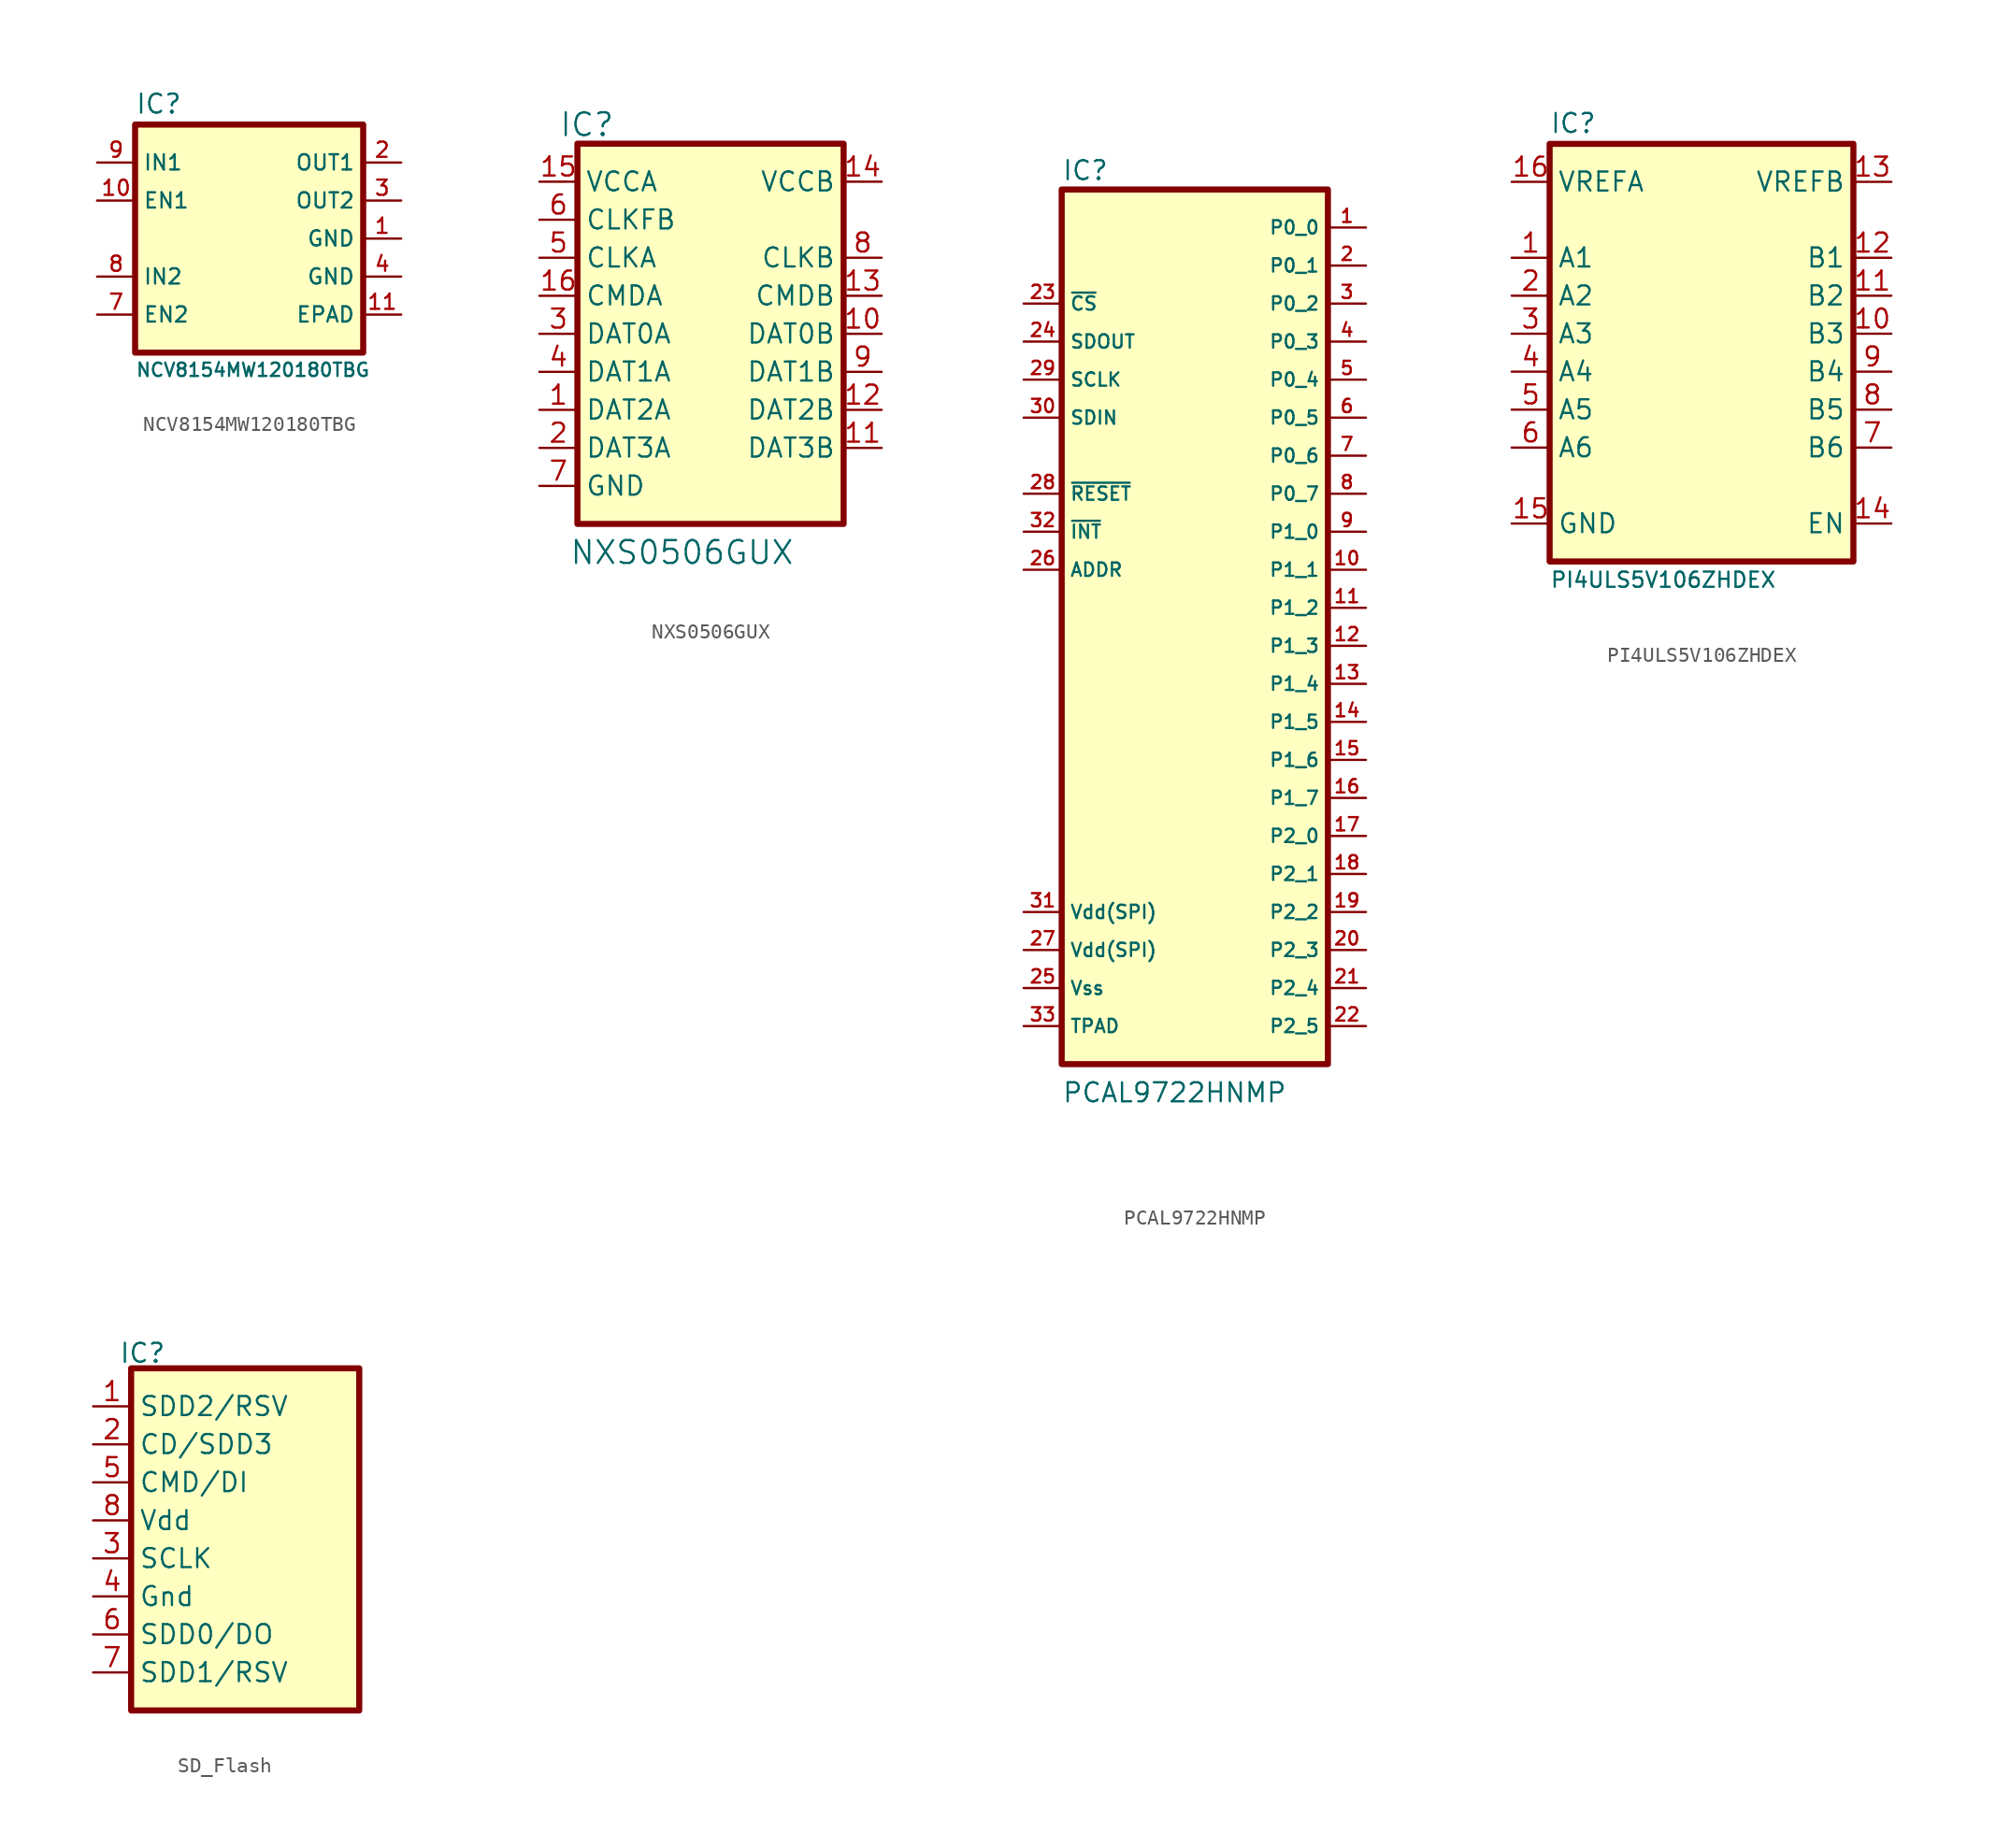
<source format=kicad_sym>
(kicad_symbol_lib
  (version 20241209)
  (generator "kicad_symbol_editor")
  (generator_version "9.0")
  (symbol "NCV8154MW120180TBG"
    (property "Reference" "IC"
      (at 2.54 3.175 0)
      (effects (font (size 1.27 1.27)) (justify left bottom)))
    (property "Value" "NCV8154MW120180TBG"
      (at 2.54 -13.335 0)
      (effects (font (size 0.889 0.889)) (justify left top)))
    (symbol "NCV8154MW120180TBG_1_1"
      (rectangle (start 2.54 2.54) (end 17.78 -12.7) (stroke (width 0.406) (type solid)) (fill (type background)))
      (pin input line (at 0 0 0) (length 2.54) (name "IN1" (effects (font (size 1.016 1.016)))) (number "9" (effects (font (size 1.016 1.016)))))
      (pin input line (at 0 -2.54 0) (length 2.54) (name "EN1" (effects (font (size 1.016 1.016)))) (number "10" (effects (font (size 1.016 1.016)))))
      (pin input line (at 0 -7.62 0) (length 2.54) (name "IN2" (effects (font (size 1.016 1.016)))) (number "8" (effects (font (size 1.016 1.016)))))
      (pin input line (at 0 -10.16 0) (length 2.54) (name "EN2" (effects (font (size 1.016 1.016)))) (number "7" (effects (font (size 1.016 1.016)))))
      (pin no_connect line (at 2.54 -5.08 0) (length 0) (hide yes) (name "NC" (effects (font (size 1.016 1.016)))) (number "5" (effects (font (size 1.016 1.016)))))
      (pin no_connect line (at 2.54 -12.7 0) (length 0) (hide yes) (name "NC" (effects (font (size 1.016 1.016)))) (number "6" (effects (font (size 1.016 1.016)))))
      (pin power_out line (at 20.32 0 180) (length 2.54) (name "OUT1" (effects (font (size 1.016 1.016)))) (number "2" (effects (font (size 1.016 1.016)))))
      (pin power_out line (at 20.32 -2.54 180) (length 2.54) (name "OUT2" (effects (font (size 1.016 1.016)))) (number "3" (effects (font (size 1.016 1.016)))))
      (pin power_in line (at 20.32 -5.08 180) (length 2.54) (name "GND" (effects (font (size 1.016 1.016)))) (number "1" (effects (font (size 1.016 1.016)))))
      (pin power_in line (at 20.32 -7.62 180) (length 2.54) (name "GND" (effects (font (size 1.016 1.016)))) (number "4" (effects (font (size 1.016 1.016)))))
      (pin power_in line (at 20.32 -10.16 180) (length 2.54) (name "EPAD" (effects (font (size 1.016 1.016)))) (number "11" (effects (font (size 1.016 1.016)))))))
  (symbol "NXS0506GUX"
    (property "Reference" "IC"
      (at 3.175 3.81 0)
      (effects (font (size 1.524 1.524))))
    (property "Value" "NXS0506GUX"
      (at 9.525 -24.765 0)
      (effects (font (size 1.524 1.524))))
    (symbol "NXS0506GUX_1_1"
      (rectangle (start 2.54 2.54) (end 20.32 -22.86) (stroke (width 0.406) (type default)) (fill (type background)))
      (pin power_in line (at 0 0 0) (length 2.54) (name "VCCA" (effects (font (size 1.27 1.27)))) (number "15" (effects (font (size 1.27 1.27)))))
      (pin output line (at 0 -2.54 0) (length 2.54) (name "CLKFB" (effects (font (size 1.27 1.27)))) (number "6" (effects (font (size 1.27 1.27)))))
      (pin input line (at 0 -5.08 0) (length 2.54) (name "CLKA" (effects (font (size 1.27 1.27)))) (number "5" (effects (font (size 1.27 1.27)))))
      (pin bidirectional line (at 0 -7.62 0) (length 2.54) (name "CMDA" (effects (font (size 1.27 1.27)))) (number "16" (effects (font (size 1.27 1.27)))))
      (pin bidirectional line (at 0 -10.16 0) (length 2.54) (name "DAT0A" (effects (font (size 1.27 1.27)))) (number "3" (effects (font (size 1.27 1.27)))))
      (pin bidirectional line (at 0 -12.7 0) (length 2.54) (name "DAT1A" (effects (font (size 1.27 1.27)))) (number "4" (effects (font (size 1.27 1.27)))))
      (pin bidirectional line (at 0 -15.24 0) (length 2.54) (name "DAT2A" (effects (font (size 1.27 1.27)))) (number "1" (effects (font (size 1.27 1.27)))))
      (pin bidirectional line (at 0 -17.78 0) (length 2.54) (name "DAT3A" (effects (font (size 1.27 1.27)))) (number "2" (effects (font (size 1.27 1.27)))))
      (pin power_in line (at 0 -20.32 0) (length 2.54) (name "GND" (effects (font (size 1.27 1.27)))) (number "7" (effects (font (size 1.27 1.27)))))
      (pin power_in line (at 22.86 0 180) (length 2.54) (name "VCCB" (effects (font (size 1.27 1.27)))) (number "14" (effects (font (size 1.27 1.27)))))
      (pin output line (at 22.86 -5.08 180) (length 2.54) (name "CLKB" (effects (font (size 1.27 1.27)))) (number "8" (effects (font (size 1.27 1.27)))))
      (pin bidirectional line (at 22.86 -7.62 180) (length 2.54) (name "CMDB" (effects (font (size 1.27 1.27)))) (number "13" (effects (font (size 1.27 1.27)))))
      (pin bidirectional line (at 22.86 -10.16 180) (length 2.54) (name "DAT0B" (effects (font (size 1.27 1.27)))) (number "10" (effects (font (size 1.27 1.27)))))
      (pin bidirectional line (at 22.86 -12.7 180) (length 2.54) (name "DAT1B" (effects (font (size 1.27 1.27)))) (number "9" (effects (font (size 1.27 1.27)))))
      (pin bidirectional line (at 22.86 -15.24 180) (length 2.54) (name "DAT2B" (effects (font (size 1.27 1.27)))) (number "12" (effects (font (size 1.27 1.27)))))
      (pin bidirectional line (at 22.86 -17.78 180) (length 2.54) (name "DAT3B" (effects (font (size 1.27 1.27)))) (number "11" (effects (font (size 1.27 1.27)))))))
  (symbol "PCAL9722HNMP"
    (property "Reference" "IC"
      (at 0 1.27 0)
      (effects (font (size 1.27 1.27)) (justify left)))
    (property "Value" "PCAL9722HNMP"
      (at 0 -60.325 0)
      (effects (font (size 1.27 1.27)) (justify left)))
    (symbol "PCAL9722HNMP_1_0"
      (pin input line (at -2.54 -7.62 0) (length 2.54) (name "~{CS}" (effects (font (size 0.889 0.889)))) (number "23" (effects (font (size 0.889 0.889)))))
      (pin passive line (at -2.54 -10.16 0) (length 2.54) (name "SDOUT" (effects (font (size 0.889 0.889)))) (number "24" (effects (font (size 0.889 0.889)))))
      (pin input line (at -2.54 -12.7 0) (length 2.54) (name "SCLK" (effects (font (size 0.889 0.889)))) (number "29" (effects (font (size 0.889 0.889)))))
      (pin input line (at -2.54 -15.24 0) (length 2.54) (name "SDIN" (effects (font (size 0.889 0.889)))) (number "30" (effects (font (size 0.889 0.889)))))
      (pin input line (at -2.54 -20.32 0) (length 2.54) (name "~{RESET}" (effects (font (size 0.889 0.889)))) (number "28" (effects (font (size 0.889 0.889)))))
      (pin output line (at -2.54 -22.86 0) (length 2.54) (name "~{INT}" (effects (font (size 0.889 0.889)))) (number "32" (effects (font (size 0.889 0.889)))))
      (pin input line (at -2.54 -25.4 0) (length 2.54) (name "ADDR" (effects (font (size 0.889 0.889)))) (number "26" (effects (font (size 0.889 0.889)))))
      (pin power_in line (at -2.54 -48.26 0) (length 2.54) (name "Vdd(SPI)" (effects (font (size 0.889 0.889)))) (number "31" (effects (font (size 0.889 0.889)))))
      (pin power_in line (at -2.54 -50.8 0) (length 2.54) (name "Vdd(SPI)" (effects (font (size 0.889 0.889)))) (number "27" (effects (font (size 0.889 0.889)))))
      (pin passive line (at -2.54 -53.34 0) (length 2.54) (name "Vss" (effects (font (size 0.889 0.889)))) (number "25" (effects (font (size 0.889 0.889)))))
      (pin bidirectional line (at 20.32 -2.54 180) (length 2.54) (name "P0_0" (effects (font (size 0.889 0.889)))) (number "1" (effects (font (size 0.889 0.889)))))
      (pin bidirectional line (at 20.32 -5.08 180) (length 2.54) (name "P0_1" (effects (font (size 0.889 0.889)))) (number "2" (effects (font (size 0.889 0.889)))))
      (pin bidirectional line (at 20.32 -7.62 180) (length 2.54) (name "P0_2" (effects (font (size 0.889 0.889)))) (number "3" (effects (font (size 0.889 0.889)))))
      (pin bidirectional line (at 20.32 -10.16 180) (length 2.54) (name "P0_3" (effects (font (size 0.889 0.889)))) (number "4" (effects (font (size 0.889 0.889)))))
      (pin bidirectional line (at 20.32 -12.7 180) (length 2.54) (name "P0_4" (effects (font (size 0.889 0.889)))) (number "5" (effects (font (size 0.889 0.889)))))
      (pin bidirectional line (at 20.32 -15.24 180) (length 2.54) (name "P0_5" (effects (font (size 0.889 0.889)))) (number "6" (effects (font (size 0.889 0.889)))))
      (pin bidirectional line (at 20.32 -17.78 180) (length 2.54) (name "P0_6" (effects (font (size 0.889 0.889)))) (number "7" (effects (font (size 0.889 0.889)))))
      (pin bidirectional line (at 20.32 -20.32 180) (length 2.54) (name "P0_7" (effects (font (size 0.889 0.889)))) (number "8" (effects (font (size 0.889 0.889)))))
      (pin bidirectional line (at 20.32 -22.86 180) (length 2.54) (name "P1_0" (effects (font (size 0.889 0.889)))) (number "9" (effects (font (size 0.889 0.889)))))
      (pin bidirectional line (at 20.32 -25.4 180) (length 2.54) (name "P1_1" (effects (font (size 0.889 0.889)))) (number "10" (effects (font (size 0.889 0.889)))))
      (pin bidirectional line (at 20.32 -27.94 180) (length 2.54) (name "P1_2" (effects (font (size 0.889 0.889)))) (number "11" (effects (font (size 0.889 0.889)))))
      (pin bidirectional line (at 20.32 -30.48 180) (length 2.54) (name "P1_3" (effects (font (size 0.889 0.889)))) (number "12" (effects (font (size 0.889 0.889)))))
      (pin bidirectional line (at 20.32 -33.02 180) (length 2.54) (name "P1_4" (effects (font (size 0.889 0.889)))) (number "13" (effects (font (size 0.889 0.889)))))
      (pin bidirectional line (at 20.32 -35.56 180) (length 2.54) (name "P1_5" (effects (font (size 0.889 0.889)))) (number "14" (effects (font (size 0.889 0.889)))))
      (pin bidirectional line (at 20.32 -38.1 180) (length 2.54) (name "P1_6" (effects (font (size 0.889 0.889)))) (number "15" (effects (font (size 0.889 0.889)))))
      (pin bidirectional line (at 20.32 -40.64 180) (length 2.54) (name "P1_7" (effects (font (size 0.889 0.889)))) (number "16" (effects (font (size 0.889 0.889)))))
      (pin bidirectional line (at 20.32 -43.18 180) (length 2.54) (name "P2_0" (effects (font (size 0.889 0.889)))) (number "17" (effects (font (size 0.889 0.889)))))
      (pin bidirectional line (at 20.32 -45.72 180) (length 2.54) (name "P2_1" (effects (font (size 0.889 0.889)))) (number "18" (effects (font (size 0.889 0.889)))))
      (pin bidirectional line (at 20.32 -48.26 180) (length 2.54) (name "P2_2" (effects (font (size 0.889 0.889)))) (number "19" (effects (font (size 0.889 0.889)))))
      (pin bidirectional line (at 20.32 -50.8 180) (length 2.54) (name "P2_3" (effects (font (size 0.889 0.889)))) (number "20" (effects (font (size 0.889 0.889)))))
      (pin bidirectional line (at 20.32 -53.34 180) (length 2.54) (name "P2_4" (effects (font (size 0.889 0.889)))) (number "21" (effects (font (size 0.889 0.889)))))
      (pin bidirectional line (at 20.32 -55.88 180) (length 2.54) (name "P2_5" (effects (font (size 0.889 0.889)))) (number "22" (effects (font (size 0.889 0.889))))))
    (symbol "PCAL9722HNMP_1_1"
      (rectangle (start 0 0) (end 17.78 -58.42) (stroke (width 0.406) (type default)) (fill (type background)))
      (pin passive line (at -2.54 -55.88 0) (length 2.54) (name "TPAD" (effects (font (size 0.889 0.889)))) (number "33" (effects (font (size 0.889 0.889)))))))
  (symbol "PI4ULS5V106ZHDEX"
    (property "Reference" "IC"
      (at 2.54 3.175 0)
      (do_not_autoplace)
      (effects (font (size 1.27 1.27)) (justify left bottom)))
    (property "Value" "PI4ULS5V106ZHDEX"
      (at 2.54 -26.035 0)
      (do_not_autoplace)
      (effects (font (size 1.016 1.016)) (justify left top)))
    (symbol "PI4ULS5V106ZHDEX_1_1"
      (rectangle (start 2.54 2.54) (end 22.86 -25.4) (stroke (width 0.406) (type solid)) (fill (type background)))
      (pin power_in line (at 0 0 0) (length 2.54) (name "VREFA" (effects (font (size 1.27 1.27)))) (number "16" (effects (font (size 1.27 1.27)))))
      (pin bidirectional line (at 0 -5.08 0) (length 2.54) (name "A1" (effects (font (size 1.27 1.27)))) (number "1" (effects (font (size 1.27 1.27)))))
      (pin bidirectional line (at 0 -7.62 0) (length 2.54) (name "A2" (effects (font (size 1.27 1.27)))) (number "2" (effects (font (size 1.27 1.27)))))
      (pin bidirectional line (at 0 -10.16 0) (length 2.54) (name "A3" (effects (font (size 1.27 1.27)))) (number "3" (effects (font (size 1.27 1.27)))))
      (pin bidirectional line (at 0 -12.7 0) (length 2.54) (name "A4" (effects (font (size 1.27 1.27)))) (number "4" (effects (font (size 1.27 1.27)))))
      (pin bidirectional line (at 0 -15.24 0) (length 2.54) (name "A5" (effects (font (size 1.27 1.27)))) (number "5" (effects (font (size 1.27 1.27)))))
      (pin bidirectional line (at 0 -17.78 0) (length 2.54) (name "A6" (effects (font (size 1.27 1.27)))) (number "6" (effects (font (size 1.27 1.27)))))
      (pin power_in line (at 0 -22.86 0) (length 2.54) (name "GND" (effects (font (size 1.27 1.27)))) (number "15" (effects (font (size 1.27 1.27)))))
      (pin power_in line (at 25.4 0 180) (length 2.54) (name "VREFB" (effects (font (size 1.27 1.27)))) (number "13" (effects (font (size 1.27 1.27)))))
      (pin bidirectional line (at 25.4 -5.08 180) (length 2.54) (name "B1" (effects (font (size 1.27 1.27)))) (number "12" (effects (font (size 1.27 1.27)))))
      (pin bidirectional line (at 25.4 -7.62 180) (length 2.54) (name "B2" (effects (font (size 1.27 1.27)))) (number "11" (effects (font (size 1.27 1.27)))))
      (pin bidirectional line (at 25.4 -10.16 180) (length 2.54) (name "B3" (effects (font (size 1.27 1.27)))) (number "10" (effects (font (size 1.27 1.27)))))
      (pin bidirectional line (at 25.4 -12.7 180) (length 2.54) (name "B4" (effects (font (size 1.27 1.27)))) (number "9" (effects (font (size 1.27 1.27)))))
      (pin bidirectional line (at 25.4 -15.24 180) (length 2.54) (name "B5" (effects (font (size 1.27 1.27)))) (number "8" (effects (font (size 1.27 1.27)))))
      (pin bidirectional line (at 25.4 -17.78 180) (length 2.54) (name "B6" (effects (font (size 1.27 1.27)))) (number "7" (effects (font (size 1.27 1.27)))))
      (pin input line (at 25.4 -22.86 180) (length 2.54) (name "EN" (effects (font (size 1.27 1.27)))) (number "14" (effects (font (size 1.27 1.27)))))))
  (symbol "SD_Flash"
    (property "Reference" "IC"
      (at 3.302 3.556 0)
      (effects (font (size 1.27 1.27))))
    (property "Value" ""
      (at 0 0 0)
      (effects (font (size 1.27 1.27))))
    (symbol "SD_Flash_1_0"
      (pin bidirectional line (at 0 0 0) (length 2.54) (name "SDD2/RSV" (effects (font (size 1.27 1.27)))) (number "1" (effects (font (size 1.27 1.27)))))
      (pin bidirectional line (at 0 -2.54 0) (length 2.54) (name "CD/SDD3" (effects (font (size 1.27 1.27)))) (number "2" (effects (font (size 1.27 1.27)))))
      (pin passive line (at 0 -5.08 0) (length 2.54) (name "CMD/DI" (effects (font (size 1.27 1.27)))) (number "5" (effects (font (size 1.27 1.27)))))
      (pin power_in line (at 0 -7.62 0) (length 2.54) (name "Vdd" (effects (font (size 1.27 1.27)))) (number "8" (effects (font (size 1.27 1.27)))))
      (pin input line (at 0 -10.16 0) (length 2.54) (name "SCLK" (effects (font (size 1.27 1.27)))) (number "3" (effects (font (size 1.27 1.27)))))
      (pin power_in line (at 0 -12.7 0) (length 2.54) (name "Gnd" (effects (font (size 1.27 1.27)))) (number "4" (effects (font (size 1.27 1.27)))))
      (pin bidirectional line (at 0 -15.24 0) (length 2.54) (name "SDD0/DO" (effects (font (size 1.27 1.27)))) (number "6" (effects (font (size 1.27 1.27)))))
      (pin bidirectional line (at 0 -17.78 0) (length 2.54) (name "SDD1/RSV" (effects (font (size 1.27 1.27)))) (number "7" (effects (font (size 1.27 1.27))))))
    (symbol "SD_Flash_1_1"
      (rectangle (start 2.54 2.54) (end 17.78 -20.32) (stroke (width 0.406) (type default)) (fill (type background))))))
</source>
